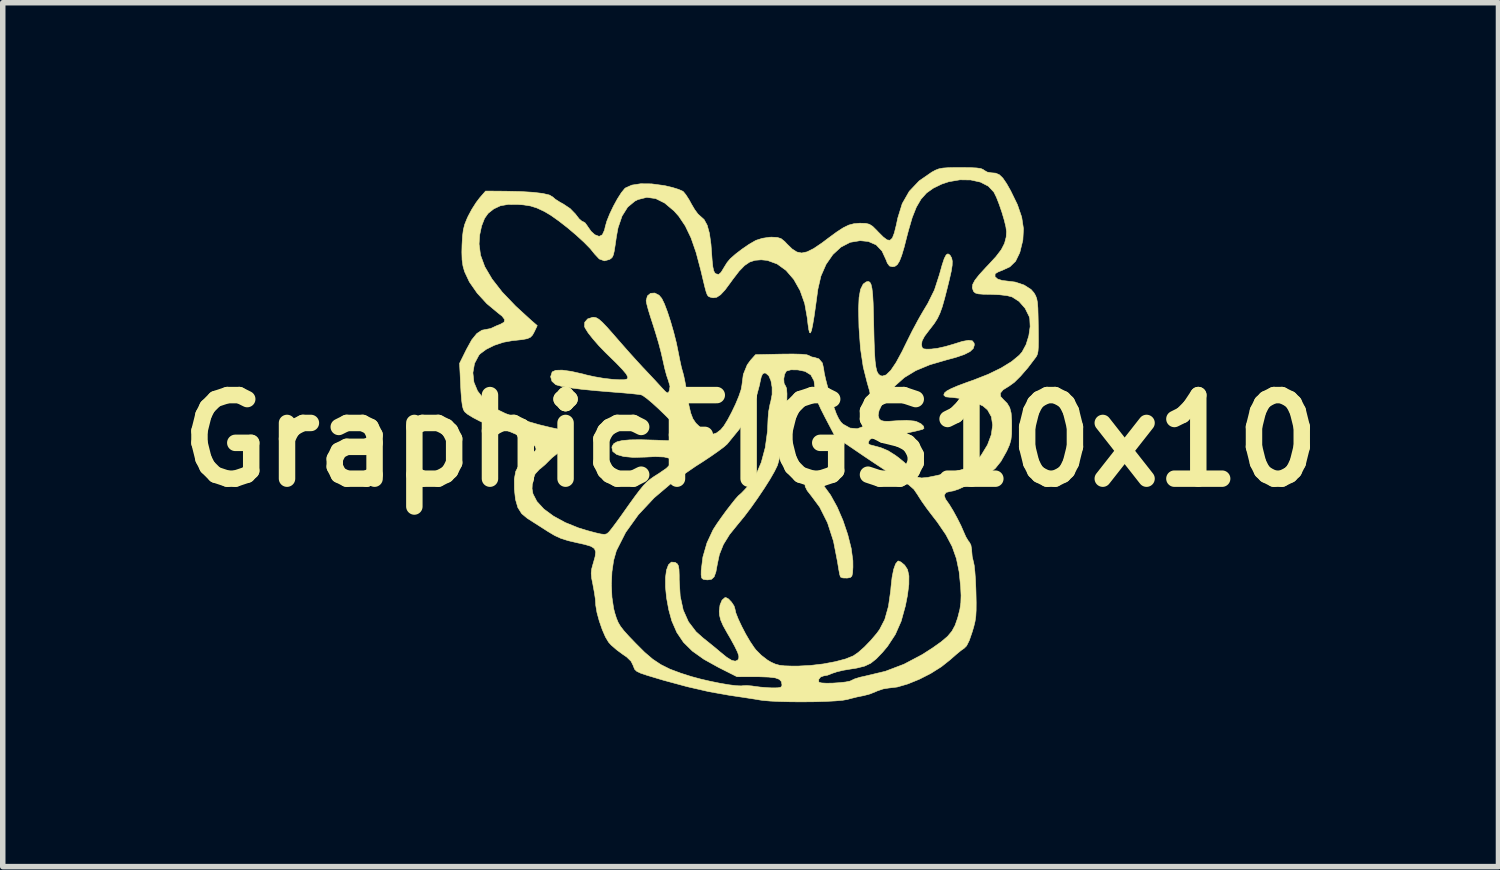
<source format=kicad_pcb>
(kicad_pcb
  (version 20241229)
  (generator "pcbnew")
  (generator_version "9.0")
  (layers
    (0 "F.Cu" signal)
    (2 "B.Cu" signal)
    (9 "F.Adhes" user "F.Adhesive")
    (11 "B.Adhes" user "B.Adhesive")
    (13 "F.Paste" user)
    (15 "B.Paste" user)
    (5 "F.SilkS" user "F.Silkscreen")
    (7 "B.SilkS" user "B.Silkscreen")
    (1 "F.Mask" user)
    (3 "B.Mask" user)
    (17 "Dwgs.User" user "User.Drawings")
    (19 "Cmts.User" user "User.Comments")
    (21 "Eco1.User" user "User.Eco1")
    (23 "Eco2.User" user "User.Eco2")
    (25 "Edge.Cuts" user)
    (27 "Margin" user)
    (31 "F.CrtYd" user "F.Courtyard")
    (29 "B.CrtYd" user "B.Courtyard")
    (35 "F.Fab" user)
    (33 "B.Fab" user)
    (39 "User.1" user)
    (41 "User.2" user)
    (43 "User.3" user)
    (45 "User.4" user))
  (footprint "GraphicFIGS10x10"
    (layer "F.Cu")
    (at 10.639 4.99)
    (property "Reference" "GraphicFIGS10x10" (at 0 0 0) (layer "F.SilkS") (effects (font (size 1.524 1.524) (thickness 0.3))))
    (attr through_hole)
    (fp_poly (pts (xy 1.161 0.675) (xy 1.218 0.702) (xy 1.285 0.764) (xy 1.332 0.816) (xy 1.458 0.989) (xy 1.578 1.206) (xy 1.684 1.451) (xy 1.771 1.708) (xy 1.834 1.958) (xy 1.865 2.186) (xy 1.866 2.302) (xy 1.86 2.407) (xy 1.847 2.465) (xy 1.82 2.491) (xy 1.77 2.501) (xy 1.757 2.502) (xy 1.682 2.5) (xy 1.639 2.483) (xy 1.639 2.482) (xy 1.625 2.438) (xy 1.608 2.349) (xy 1.589 2.233) (xy 1.587 2.218) (xy 1.512 1.831) (xy 1.403 1.494) (xy 1.26 1.209) (xy 1.112 1.009) (xy 1.033 0.908) (xy 0.995 0.832) (xy 0.99 0.771) (xy 1.009 0.706) (xy 1.06 0.679) (xy 1.099 0.673) (xy 1.161 0.675)) (stroke (width 0.01) (type solid)) (fill yes) (layer "F.SilkS"))
    (fp_poly (pts (xy 4.005 -4.983) (xy 4.123 -4.977) (xy 4.199 -4.966) (xy 4.242 -4.948) (xy 4.255 -4.937) (xy 4.314 -4.902) (xy 4.387 -4.889) (xy 4.47 -4.882) (xy 4.537 -4.853) (xy 4.6 -4.792) (xy 4.669 -4.691) (xy 4.741 -4.564) (xy 4.866 -4.308) (xy 4.944 -4.08) (xy 4.976 -3.869) (xy 4.965 -3.661) (xy 4.912 -3.445) (xy 4.905 -3.425) (xy 4.832 -3.275) (xy 4.728 -3.174) (xy 4.596 -3.113) (xy 4.515 -3.081) (xy 4.464 -3.05) (xy 4.459 -3.044) (xy 4.457 -2.994) (xy 4.505 -2.951) (xy 4.591 -2.924) (xy 4.647 -2.918) (xy 4.826 -2.896) (xy 4.987 -2.842) (xy 5.113 -2.762) (xy 5.166 -2.702) (xy 5.196 -2.651) (xy 5.217 -2.597) (xy 5.231 -2.524) (xy 5.239 -2.422) (xy 5.243 -2.275) (xy 5.245 -2.178) (xy 5.248 -1.973) (xy 5.249 -1.821) (xy 5.247 -1.713) (xy 5.242 -1.639) (xy 5.233 -1.589) (xy 5.219 -1.553) (xy 5.199 -1.521) (xy 5.194 -1.515) (xy 5.056 -1.333) (xy 4.924 -1.181) (xy 4.809 -1.067) (xy 4.716 -1) (xy 4.605 -0.931) (xy 4.554 -0.869) (xy 4.559 -0.809) (xy 4.609 -0.754) (xy 4.679 -0.684) (xy 4.725 -0.607) (xy 4.751 -0.508) (xy 4.761 -0.37) (xy 4.762 -0.271) (xy 4.76 -0.127) (xy 4.748 -0.021) (xy 4.722 0.071) (xy 4.677 0.173) (xy 4.664 0.199) (xy 4.565 0.374) (xy 4.462 0.502) (xy 4.341 0.599) (xy 4.239 0.655) (xy 4.117 0.716) (xy 3.979 0.788) (xy 3.907 0.827) (xy 3.799 0.878) (xy 3.699 0.912) (xy 3.644 0.921) (xy 3.564 0.941) (xy 3.531 0.993) (xy 3.554 1.062) (xy 3.562 1.073) (xy 3.62 1.155) (xy 3.693 1.274) (xy 3.768 1.411) (xy 3.836 1.546) (xy 3.884 1.656) (xy 3.926 1.751) (xy 3.969 1.823) (xy 3.986 1.843) (xy 4.017 1.898) (xy 4.032 1.985) (xy 4.032 2.002) (xy 4.041 2.109) (xy 4.063 2.204) (xy 4.065 2.21) (xy 4.078 2.273) (xy 4.09 2.385) (xy 4.101 2.532) (xy 4.108 2.7) (xy 4.11 2.76) (xy 4.114 2.948) (xy 4.113 3.089) (xy 4.107 3.198) (xy 4.093 3.293) (xy 4.07 3.389) (xy 4.041 3.486) (xy 3.988 3.64) (xy 3.939 3.738) (xy 3.893 3.784) (xy 3.838 3.822) (xy 3.754 3.891) (xy 3.657 3.976) (xy 3.64 3.991) (xy 3.478 4.12) (xy 3.284 4.242) (xy 3.076 4.348) (xy 2.867 4.433) (xy 2.675 4.489) (xy 2.517 4.508) (xy 2.417 4.524) (xy 2.309 4.561) (xy 2.292 4.569) (xy 2.179 4.615) (xy 2.06 4.647) (xy 2.048 4.649) (xy 1.938 4.671) (xy 1.811 4.703) (xy 1.765 4.716) (xy 1.679 4.731) (xy 1.542 4.743) (xy 1.367 4.752) (xy 1.167 4.758) (xy 0.954 4.76) (xy 0.74 4.759) (xy 0.54 4.754) (xy 0.364 4.746) (xy 0.226 4.734) (xy 0.175 4.727) (xy 0.082 4.711) (xy -0.055 4.69) (xy -0.22 4.665) (xy -0.394 4.639) (xy -0.411 4.636) (xy -0.76 4.574) (xy -1.156 4.483) (xy -1.592 4.365) (xy -1.889 4.276) (xy -2.005 4.237) (xy -2.075 4.204) (xy -2.114 4.167) (xy -2.136 4.114) (xy -2.14 4.101) (xy -2.18 4.02) (xy -2.26 3.942) (xy -2.336 3.89) (xy -2.443 3.811) (xy -2.543 3.724) (xy -2.59 3.672) (xy -2.647 3.577) (xy -2.706 3.441) (xy -2.76 3.285) (xy -2.802 3.131) (xy -2.824 3.001) (xy -2.826 2.965) (xy -2.832 2.882) (xy -2.85 2.762) (xy -2.874 2.633) (xy -2.874 2.631) (xy -2.876 2.62) (xy -2.539 2.62) (xy -2.529 2.85) (xy -2.498 3.058) (xy -2.478 3.137) (xy -2.448 3.232) (xy -2.416 3.31) (xy -2.373 3.383) (xy -2.311 3.463) (xy -2.221 3.563) (xy -2.097 3.692) (xy -1.933 3.856) (xy -1.785 3.982) (xy -1.636 4.081) (xy -1.472 4.163) (xy -1.274 4.237) (xy -1.079 4.299) (xy -0.916 4.343) (xy -0.739 4.384) (xy -0.562 4.42) (xy -0.399 4.448) (xy -0.264 4.465) (xy -0.17 4.469) (xy -0.147 4.466) (xy -0.074 4.462) (xy 0.027 4.47) (xy 0.064 4.476) (xy 0.181 4.491) (xy 0.321 4.502) (xy 0.389 4.505) (xy 0.493 4.504) (xy 0.548 4.494) (xy 0.569 4.471) (xy 0.572 4.449) (xy 0.561 4.39) (xy 0.523 4.349) (xy 0.449 4.322) (xy 0.331 4.308) (xy 0.16 4.302) (xy 0.109 4.302) (xy -0.249 4.301) (xy -0.586 4.131) (xy -0.851 3.984) (xy -1.062 3.834) (xy -1.224 3.674) (xy -1.346 3.493) (xy -1.437 3.284) (xy -1.493 3.08) (xy -1.533 2.862) (xy -1.552 2.665) (xy -1.552 2.494) (xy -1.534 2.357) (xy -1.498 2.26) (xy -1.445 2.211) (xy -1.377 2.216) (xy -1.369 2.221) (xy -1.336 2.244) (xy -1.316 2.281) (xy -1.306 2.346) (xy -1.302 2.452) (xy -1.302 2.534) (xy -1.284 2.833) (xy -1.229 3.086) (xy -1.134 3.299) (xy -0.996 3.48) (xy -0.872 3.591) (xy -0.757 3.683) (xy -0.639 3.779) (xy -0.561 3.845) (xy -0.437 3.946) (xy -0.347 4.002) (xy -0.281 4.018) (xy -0.237 4) (xy -0.216 3.969) (xy -0.215 3.922) (xy -0.239 3.851) (xy -0.289 3.748) (xy -0.368 3.603) (xy -0.425 3.506) (xy -0.501 3.37) (xy -0.546 3.266) (xy -0.567 3.178) (xy -0.572 3.106) (xy -0.558 2.993) (xy -0.521 2.905) (xy -0.47 2.86) (xy -0.452 2.857) (xy -0.404 2.882) (xy -0.348 2.941) (xy -0.302 3.011) (xy -0.286 3.063) (xy -0.27 3.136) (xy -0.226 3.248) (xy -0.163 3.382) (xy -0.089 3.524) (xy -0.01 3.659) (xy 0.066 3.772) (xy 0.098 3.813) (xy 0.195 3.911) (xy 0.308 3.998) (xy 0.374 4.037) (xy 0.45 4.071) (xy 0.526 4.092) (xy 0.618 4.103) (xy 0.743 4.107) (xy 0.873 4.107) (xy 1.098 4.095) (xy 1.328 4.068) (xy 1.546 4.027) (xy 1.734 3.977) (xy 1.873 3.921) (xy 1.963 3.859) (xy 2.075 3.76) (xy 2.192 3.639) (xy 2.3 3.512) (xy 2.352 3.441) (xy 2.447 3.257) (xy 2.514 3.018) (xy 2.556 2.722) (xy 2.56 2.667) (xy 2.58 2.488) (xy 2.609 2.343) (xy 2.645 2.243) (xy 2.685 2.194) (xy 2.699 2.191) (xy 2.743 2.211) (xy 2.804 2.262) (xy 2.811 2.269) (xy 2.862 2.348) (xy 2.887 2.462) (xy 2.886 2.617) (xy 2.86 2.82) (xy 2.823 3.009) (xy 2.745 3.291) (xy 2.639 3.531) (xy 2.496 3.749) (xy 2.407 3.855) (xy 2.292 3.975) (xy 2.19 4.056) (xy 2.079 4.108) (xy 1.939 4.143) (xy 1.82 4.162) (xy 1.689 4.184) (xy 1.572 4.212) (xy 1.493 4.238) (xy 1.487 4.241) (xy 1.402 4.274) (xy 1.334 4.286) (xy 1.277 4.306) (xy 1.242 4.351) (xy 1.244 4.398) (xy 1.249 4.403) (xy 1.294 4.415) (xy 1.384 4.42) (xy 1.499 4.418) (xy 1.621 4.41) (xy 1.732 4.398) (xy 1.812 4.382) (xy 1.84 4.369) (xy 1.896 4.342) (xy 1.992 4.312) (xy 2.095 4.289) (xy 2.459 4.202) (xy 2.798 4.073) (xy 3.131 3.897) (xy 3.318 3.777) (xy 3.477 3.664) (xy 3.591 3.567) (xy 3.671 3.472) (xy 3.729 3.365) (xy 3.775 3.233) (xy 3.783 3.204) (xy 3.817 3.07) (xy 3.834 2.95) (xy 3.838 2.818) (xy 3.831 2.667) (xy 3.803 2.388) (xy 3.753 2.146) (xy 3.675 1.926) (xy 3.561 1.71) (xy 3.406 1.483) (xy 3.304 1.351) (xy 3.212 1.23) (xy 3.125 1.107) (xy 3.059 1.005) (xy 3.048 0.986) (xy 2.978 0.884) (xy 2.883 0.801) (xy 2.778 0.736) (xy 2.691 0.685) (xy 2.564 0.605) (xy 2.408 0.505) (xy 2.237 0.392) (xy 2.064 0.276) (xy 1.541 -0.08) (xy 1.358 -0.429) (xy 1.278 -0.587) (xy 1.225 -0.705) (xy 1.193 -0.797) (xy 1.179 -0.878) (xy 1.176 -0.943) (xy 1.156 -1.096) (xy 1.098 -1.203) (xy 0.994 -1.267) (xy 0.863 -1.294) (xy 0.735 -1.296) (xy 0.656 -1.274) (xy 0.651 -1.27) (xy 0.619 -1.213) (xy 0.605 -1.131) (xy 0.61 -1.05) (xy 0.637 -0.999) (xy 0.639 -0.998) (xy 0.656 -0.955) (xy 0.663 -0.86) (xy 0.661 -0.724) (xy 0.651 -0.559) (xy 0.634 -0.376) (xy 0.612 -0.185) (xy 0.586 0.003) (xy 0.556 0.177) (xy 0.524 0.326) (xy 0.492 0.438) (xy 0.487 0.452) (xy 0.435 0.558) (xy 0.353 0.701) (xy 0.248 0.867) (xy 0.129 1.044) (xy 0.006 1.218) (xy -0.114 1.377) (xy -0.221 1.507) (xy -0.222 1.508) (xy -0.384 1.708) (xy -0.497 1.891) (xy -0.57 2.074) (xy -0.607 2.249) (xy -0.633 2.391) (xy -0.665 2.479) (xy -0.712 2.524) (xy -0.779 2.535) (xy -0.807 2.534) (xy -0.865 2.525) (xy -0.893 2.5) (xy -0.902 2.444) (xy -0.901 2.365) (xy -0.87 2.117) (xy -0.796 1.861) (xy -0.687 1.627) (xy -0.676 1.608) (xy -0.614 1.512) (xy -0.534 1.398) (xy -0.446 1.277) (xy -0.358 1.163) (xy -0.281 1.066) (xy -0.223 1.001) (xy -0.196 0.978) (xy -0.166 0.951) (xy -0.106 0.889) (xy -0.03 0.805) (xy -0.026 0.801) (xy 0.097 0.621) (xy 0.195 0.392) (xy 0.267 0.123) (xy 0.308 -0.176) (xy 0.318 -0.407) (xy 0.328 -0.531) (xy 0.354 -0.668) (xy 0.367 -0.714) (xy 0.392 -0.845) (xy 0.392 -0.977) (xy 0.371 -1.096) (xy 0.332 -1.187) (xy 0.277 -1.234) (xy 0.254 -1.238) (xy 0.221 -1.223) (xy 0.195 -1.17) (xy 0.172 -1.069) (xy 0.165 -1.029) (xy 0.094 -0.764) (xy -0.033 -0.487) (xy -0.208 -0.21) (xy -0.427 0.058) (xy -0.427 0.058) (xy -0.486 0.11) (xy -0.588 0.186) (xy -0.722 0.28) (xy -0.877 0.383) (xy -1.006 0.465) (xy -1.411 0.744) (xy -1.759 1.039) (xy -2.048 1.348) (xy -2.279 1.67) (xy -2.448 2.003) (xy -2.449 2.006) (xy -2.498 2.178) (xy -2.529 2.389) (xy -2.539 2.62) (xy -2.876 2.62) (xy -2.899 2.505) (xy -2.907 2.415) (xy -2.899 2.338) (xy -2.875 2.249) (xy -2.871 2.237) (xy -2.836 2.112) (xy -2.825 2.025) (xy -2.848 1.965) (xy -2.912 1.923) (xy -3.025 1.889) (xy -3.161 1.859) (xy -3.328 1.82) (xy -3.458 1.779) (xy -3.574 1.726) (xy -3.703 1.649) (xy -3.726 1.634) (xy -3.849 1.555) (xy -3.964 1.482) (xy -4.051 1.426) (xy -4.072 1.413) (xy -4.175 1.327) (xy -4.245 1.216) (xy -4.288 1.067) (xy -4.308 0.88) (xy -4.309 0.696) (xy -4.283 0.556) (xy -4.225 0.445) (xy -4.127 0.347) (xy -4.064 0.301) (xy -3.982 0.236) (xy -3.926 0.178) (xy -3.911 0.151) (xy -3.929 0.102) (xy -3.983 0.041) (xy -4.007 0.021) (xy -4.097 -0.034) (xy -4.229 -0.099) (xy -4.381 -0.164) (xy -4.534 -0.222) (xy -4.667 -0.262) (xy -4.699 -0.27) (xy -4.806 -0.303) (xy -4.933 -0.357) (xy -5.058 -0.422) (xy -5.161 -0.485) (xy -5.213 -0.529) (xy -5.238 -0.57) (xy -5.256 -0.636) (xy -5.27 -0.739) (xy -5.282 -0.89) (xy -5.288 -1.001) (xy -5.299 -1.242) (xy -5.065 -1.242) (xy -5.046 -1.069) (xy -4.98 -0.91) (xy -4.906 -0.816) (xy -4.816 -0.73) (xy -4.725 -0.646) (xy -4.708 -0.63) (xy -4.616 -0.569) (xy -4.473 -0.5) (xy -4.291 -0.429) (xy -4.081 -0.359) (xy -3.856 -0.294) (xy -3.627 -0.239) (xy -3.545 -0.222) (xy -3.386 -0.176) (xy -3.285 -0.117) (xy -3.243 -0.047) (xy -3.262 0.03) (xy -3.341 0.111) (xy -3.407 0.153) (xy -3.518 0.225) (xy -3.621 0.307) (xy -3.669 0.354) (xy -3.75 0.435) (xy -3.831 0.504) (xy -3.849 0.516) (xy -3.93 0.604) (xy -3.978 0.729) (xy -3.986 0.873) (xy -3.969 0.967) (xy -3.897 1.106) (xy -3.771 1.243) (xy -3.596 1.372) (xy -3.382 1.489) (xy -3.137 1.588) (xy -2.973 1.638) (xy -2.827 1.677) (xy -2.729 1.699) (xy -2.666 1.706) (xy -2.624 1.696) (xy -2.592 1.67) (xy -2.568 1.643) (xy -2.521 1.584) (xy -2.451 1.49) (xy -2.371 1.38) (xy -2.349 1.349) (xy -2.214 1.158) (xy -2.107 1.01) (xy -2.023 0.899) (xy -1.955 0.816) (xy -1.894 0.753) (xy -1.834 0.702) (xy -1.768 0.655) (xy -1.689 0.605) (xy -1.682 0.601) (xy -1.539 0.503) (xy -1.458 0.423) (xy -1.437 0.362) (xy -1.477 0.319) (xy -1.577 0.294) (xy -1.739 0.287) (xy -1.917 0.296) (xy -2.138 0.302) (xy -2.313 0.286) (xy -2.439 0.25) (xy -2.513 0.194) (xy -2.53 0.121) (xy -2.525 0.099) (xy -2.496 0.052) (xy -2.436 0.017) (xy -2.34 -0.006) (xy -2.202 -0.018) (xy -2.015 -0.021) (xy -1.772 -0.014) (xy -1.73 -0.013) (xy -1.534 -0.005) (xy -1.391 -0.002) (xy -1.295 -0.003) (xy -1.235 -0.01) (xy -1.203 -0.022) (xy -1.19 -0.038) (xy -1.205 -0.077) (xy -1.258 -0.149) (xy -1.342 -0.245) (xy -1.446 -0.356) (xy -1.562 -0.473) (xy -1.681 -0.588) (xy -1.794 -0.691) (xy -1.892 -0.773) (xy -1.966 -0.826) (xy -1.997 -0.84) (xy -2.059 -0.849) (xy -2.17 -0.861) (xy -2.314 -0.874) (xy -2.476 -0.887) (xy -2.492 -0.888) (xy -2.809 -0.914) (xy -3.076 -0.94) (xy -3.289 -0.967) (xy -3.446 -0.994) (xy -3.543 -1.021) (xy -3.554 -1.025) (xy -3.623 -1.087) (xy -3.647 -1.17) (xy -3.621 -1.252) (xy -3.616 -1.259) (xy -3.553 -1.287) (xy -3.437 -1.29) (xy -3.271 -1.267) (xy -3.061 -1.22) (xy -3 -1.203) (xy -2.852 -1.17) (xy -2.678 -1.14) (xy -2.521 -1.122) (xy -2.393 -1.114) (xy -2.303 -1.115) (xy -2.251 -1.129) (xy -2.239 -1.162) (xy -2.267 -1.218) (xy -2.338 -1.302) (xy -2.451 -1.42) (xy -2.61 -1.575) (xy -2.647 -1.611) (xy -2.766 -1.734) (xy -2.874 -1.858) (xy -2.962 -1.969) (xy -3.017 -2.057) (xy -3.029 -2.084) (xy -3.025 -2.163) (xy -2.972 -2.224) (xy -2.882 -2.253) (xy -2.86 -2.254) (xy -2.817 -2.246) (xy -2.768 -2.218) (xy -2.704 -2.162) (xy -2.618 -2.072) (xy -2.501 -1.94) (xy -2.478 -1.913) (xy -2.346 -1.762) (xy -2.204 -1.601) (xy -2.069 -1.452) (xy -1.958 -1.331) (xy -1.957 -1.331) (xy -1.848 -1.215) (xy -1.741 -1.101) (xy -1.654 -1.006) (xy -1.621 -0.97) (xy -1.556 -0.901) (xy -1.519 -0.874) (xy -1.497 -0.885) (xy -1.481 -0.917) (xy -1.47 -0.996) (xy -1.501 -1.103) (xy -1.532 -1.193) (xy -1.566 -1.32) (xy -1.597 -1.459) (xy -1.601 -1.476) (xy -1.632 -1.612) (xy -1.677 -1.783) (xy -1.732 -1.967) (xy -1.777 -2.11) (xy -1.826 -2.261) (xy -1.867 -2.394) (xy -1.894 -2.497) (xy -1.905 -2.554) (xy -1.905 -2.556) (xy -1.882 -2.643) (xy -1.824 -2.691) (xy -1.748 -2.696) (xy -1.67 -2.656) (xy -1.62 -2.597) (xy -1.572 -2.498) (xy -1.517 -2.353) (xy -1.459 -2.175) (xy -1.403 -1.981) (xy -1.354 -1.787) (xy -1.318 -1.61) (xy -1.291 -1.474) (xy -1.265 -1.353) (xy -1.242 -1.267) (xy -1.236 -1.249) (xy -1.219 -1.184) (xy -1.196 -1.073) (xy -1.171 -0.934) (xy -1.155 -0.83) (xy -1.124 -0.643) (xy -1.092 -0.506) (xy -1.053 -0.404) (xy -0.999 -0.324) (xy -0.924 -0.252) (xy -0.871 -0.21) (xy -0.77 -0.142) (xy -0.693 -0.12) (xy -0.621 -0.144) (xy -0.544 -0.203) (xy -0.487 -0.272) (xy -0.418 -0.384) (xy -0.345 -0.522) (xy -0.274 -0.67) (xy -0.215 -0.812) (xy -0.174 -0.932) (xy -0.159 -1.013) (xy -0.133 -1.212) (xy -0.062 -1.386) (xy -0.001 -1.47) (xy 0.09 -1.572) (xy 0.557 -1.582) (xy 0.77 -1.584) (xy 0.926 -1.58) (xy 1.024 -1.57) (xy 1.058 -1.558) (xy 1.117 -1.529) (xy 1.155 -1.524) (xy 1.245 -1.496) (xy 1.309 -1.42) (xy 1.333 -1.311) (xy 1.333 -1.308) (xy 1.343 -1.237) (xy 1.369 -1.12) (xy 1.407 -0.974) (xy 1.454 -0.814) (xy 1.461 -0.792) (xy 1.519 -0.615) (xy 1.565 -0.489) (xy 1.607 -0.402) (xy 1.648 -0.341) (xy 1.686 -0.304) (xy 1.812 -0.234) (xy 1.944 -0.221) (xy 2.07 -0.267) (xy 2.13 -0.315) (xy 2.185 -0.38) (xy 2.213 -0.447) (xy 2.222 -0.542) (xy 2.223 -0.585) (xy 2.209 -0.729) (xy 2.169 -0.912) (xy 2.125 -1.066) (xy 2.054 -1.348) (xy 2.004 -1.682) (xy 1.976 -2.072) (xy 1.969 -2.407) (xy 1.978 -2.614) (xy 2.005 -2.763) (xy 2.053 -2.859) (xy 2.108 -2.899) (xy 2.145 -2.907) (xy 2.174 -2.894) (xy 2.196 -2.854) (xy 2.213 -2.781) (xy 2.226 -2.669) (xy 2.235 -2.511) (xy 2.241 -2.301) (xy 2.246 -2.086) (xy 2.252 -1.823) (xy 2.26 -1.616) (xy 2.27 -1.459) (xy 2.285 -1.345) (xy 2.304 -1.267) (xy 2.331 -1.218) (xy 2.364 -1.191) (xy 2.401 -1.181) (xy 2.472 -1.203) (xy 2.557 -1.286) (xy 2.654 -1.43) (xy 2.765 -1.635) (xy 2.788 -1.683) (xy 2.851 -1.811) (xy 2.908 -1.926) (xy 2.95 -2.01) (xy 2.962 -2.032) (xy 3.011 -2.123) (xy 3.051 -2.198) (xy 3.089 -2.266) (xy 3.149 -2.369) (xy 3.218 -2.484) (xy 3.23 -2.503) (xy 3.353 -2.752) (xy 3.444 -3.033) (xy 3.493 -3.208) (xy 3.532 -3.326) (xy 3.567 -3.392) (xy 3.599 -3.411) (xy 3.633 -3.39) (xy 3.642 -3.378) (xy 3.667 -3.334) (xy 3.678 -3.278) (xy 3.676 -3.202) (xy 3.659 -3.093) (xy 3.625 -2.943) (xy 3.588 -2.792) (xy 3.537 -2.593) (xy 3.494 -2.442) (xy 3.452 -2.326) (xy 3.407 -2.231) (xy 3.352 -2.144) (xy 3.281 -2.051) (xy 3.257 -2.021) (xy 3.171 -1.907) (xy 3.127 -1.823) (xy 3.117 -1.756) (xy 3.118 -1.752) (xy 3.127 -1.703) (xy 3.154 -1.678) (xy 3.213 -1.672) (xy 3.294 -1.674) (xy 3.408 -1.688) (xy 3.551 -1.72) (xy 3.693 -1.761) (xy 3.699 -1.763) (xy 3.862 -1.814) (xy 3.974 -1.834) (xy 4.044 -1.824) (xy 4.076 -1.783) (xy 4.08 -1.748) (xy 4.061 -1.685) (xy 4.001 -1.628) (xy 3.894 -1.574) (xy 3.734 -1.52) (xy 3.577 -1.478) (xy 3.268 -1.388) (xy 3.013 -1.282) (xy 2.804 -1.155) (xy 2.632 -1.002) (xy 2.492 -0.822) (xy 2.397 -0.668) (xy 2.342 -0.552) (xy 2.326 -0.466) (xy 2.344 -0.404) (xy 2.352 -0.394) (xy 2.383 -0.37) (xy 2.436 -0.358) (xy 2.524 -0.357) (xy 2.654 -0.366) (xy 2.845 -0.374) (xy 2.986 -0.361) (xy 3.026 -0.351) (xy 3.105 -0.313) (xy 3.153 -0.268) (xy 3.162 -0.228) (xy 3.135 -0.209) (xy 3.011 -0.178) (xy 2.86 -0.145) (xy 2.698 -0.114) (xy 2.544 -0.087) (xy 2.417 -0.07) (xy 2.337 -0.064) (xy 2.237 -0.056) (xy 2.18 -0.029) (xy 2.159 -0.001) (xy 2.144 0.046) (xy 2.174 0.071) (xy 2.214 0.081) (xy 2.374 0.124) (xy 2.505 0.179) (xy 2.636 0.261) (xy 2.7 0.308) (xy 2.801 0.391) (xy 2.886 0.474) (xy 2.937 0.54) (xy 2.938 0.542) (xy 2.985 0.617) (xy 3.04 0.661) (xy 3.116 0.677) (xy 3.226 0.667) (xy 3.383 0.635) (xy 3.388 0.634) (xy 3.534 0.6) (xy 3.675 0.567) (xy 3.787 0.542) (xy 3.81 0.537) (xy 3.944 0.497) (xy 4.047 0.437) (xy 4.142 0.343) (xy 4.206 0.261) (xy 4.321 0.072) (xy 4.39 -0.113) (xy 4.414 -0.287) (xy 4.391 -0.44) (xy 4.321 -0.565) (xy 4.239 -0.635) (xy 4.124 -0.689) (xy 3.973 -0.738) (xy 3.813 -0.775) (xy 3.67 -0.793) (xy 3.645 -0.794) (xy 3.558 -0.803) (xy 3.525 -0.832) (xy 3.524 -0.841) (xy 3.536 -0.874) (xy 3.578 -0.91) (xy 3.655 -0.951) (xy 3.776 -1.003) (xy 3.947 -1.067) (xy 4.064 -1.108) (xy 4.334 -1.214) (xy 4.568 -1.328) (xy 4.76 -1.446) (xy 4.9 -1.562) (xy 4.951 -1.621) (xy 5.024 -1.756) (xy 5.074 -1.918) (xy 5.098 -2.084) (xy 5.091 -2.229) (xy 5.08 -2.269) (xy 5.006 -2.418) (xy 4.895 -2.544) (xy 4.769 -2.625) (xy 4.676 -2.649) (xy 4.537 -2.665) (xy 4.378 -2.672) (xy 4.24 -2.674) (xy 4.152 -2.681) (xy 4.1 -2.696) (xy 4.071 -2.72) (xy 4.062 -2.735) (xy 4.043 -2.792) (xy 4.051 -2.854) (xy 4.091 -2.93) (xy 4.168 -3.028) (xy 4.286 -3.157) (xy 4.334 -3.207) (xy 4.475 -3.36) (xy 4.572 -3.487) (xy 4.631 -3.602) (xy 4.661 -3.717) (xy 4.667 -3.816) (xy 4.656 -3.901) (xy 4.626 -4.025) (xy 4.583 -4.169) (xy 4.533 -4.315) (xy 4.483 -4.443) (xy 4.438 -4.534) (xy 4.437 -4.536) (xy 4.336 -4.644) (xy 4.191 -4.719) (xy 4.015 -4.758) (xy 3.818 -4.761) (xy 3.614 -4.726) (xy 3.485 -4.683) (xy 3.333 -4.609) (xy 3.209 -4.521) (xy 3.107 -4.407) (xy 3.022 -4.261) (xy 2.947 -4.072) (xy 2.877 -3.831) (xy 2.852 -3.736) (xy 2.8 -3.531) (xy 2.755 -3.381) (xy 2.715 -3.278) (xy 2.675 -3.214) (xy 2.632 -3.183) (xy 2.589 -3.175) (xy 2.533 -3.189) (xy 2.493 -3.243) (xy 2.474 -3.294) (xy 2.397 -3.461) (xy 2.29 -3.574) (xy 2.147 -3.636) (xy 1.998 -3.651) (xy 1.816 -3.621) (xy 1.648 -3.534) (xy 1.5 -3.398) (xy 1.376 -3.219) (xy 1.282 -3.005) (xy 1.226 -2.762) (xy 1.224 -2.745) (xy 1.187 -2.473) (xy 1.157 -2.262) (xy 1.131 -2.109) (xy 1.11 -2.012) (xy 1.091 -1.968) (xy 1.075 -1.974) (xy 1.061 -2.029) (xy 1.046 -2.129) (xy 1.034 -2.238) (xy 0.987 -2.503) (xy 0.903 -2.74) (xy 0.788 -2.944) (xy 0.647 -3.108) (xy 0.484 -3.226) (xy 0.306 -3.291) (xy 0.193 -3.302) (xy 0.08 -3.293) (xy -0.017 -3.261) (xy -0.11 -3.198) (xy -0.209 -3.096) (xy -0.323 -2.948) (xy -0.364 -2.891) (xy -0.466 -2.753) (xy -0.548 -2.665) (xy -0.618 -2.619) (xy -0.684 -2.609) (xy -0.729 -2.619) (xy -0.755 -2.628) (xy -0.775 -2.641) (xy -0.793 -2.669) (xy -0.812 -2.721) (xy -0.835 -2.806) (xy -0.866 -2.934) (xy -0.908 -3.111) (xy -0.994 -3.435) (xy -1.087 -3.703) (xy -1.192 -3.921) (xy -1.311 -4.098) (xy -1.395 -4.192) (xy -1.567 -4.337) (xy -1.732 -4.419) (xy -1.893 -4.441) (xy -2.053 -4.401) (xy -2.111 -4.372) (xy -2.242 -4.263) (xy -2.345 -4.099) (xy -2.418 -3.885) (xy -2.447 -3.727) (xy -2.47 -3.569) (xy -2.487 -3.461) (xy -2.503 -3.393) (xy -2.52 -3.353) (xy -2.544 -3.328) (xy -2.571 -3.309) (xy -2.666 -3.283) (xy -2.76 -3.317) (xy -2.846 -3.409) (xy -2.848 -3.412) (xy -2.924 -3.506) (xy -3.039 -3.623) (xy -3.182 -3.754) (xy -3.338 -3.886) (xy -3.496 -4.009) (xy -3.641 -4.112) (xy -3.76 -4.183) (xy -3.897 -4.247) (xy -4.014 -4.284) (xy -4.144 -4.304) (xy -4.241 -4.311) (xy -4.423 -4.312) (xy -4.564 -4.287) (xy -4.683 -4.231) (xy -4.787 -4.149) (xy -4.852 -4.057) (xy -4.906 -3.919) (xy -4.941 -3.756) (xy -4.952 -3.59) (xy -4.926 -3.388) (xy -4.848 -3.176) (xy -4.716 -2.952) (xy -4.53 -2.713) (xy -4.286 -2.458) (xy -4.001 -2.197) (xy -3.891 -2.102) (xy -3.945 -1.988) (xy -3.977 -1.93) (xy -4.015 -1.89) (xy -4.072 -1.864) (xy -4.163 -1.847) (xy -4.3 -1.832) (xy -4.343 -1.828) (xy -4.508 -1.798) (xy -4.674 -1.743) (xy -4.821 -1.67) (xy -4.932 -1.588) (xy -4.956 -1.561) (xy -5.035 -1.412) (xy -5.065 -1.242) (xy -5.299 -1.242) (xy -5.308 -1.413) (xy -5.182 -1.668) (xy -5.086 -1.842) (xy -4.993 -1.957) (xy -4.9 -2.018) (xy -4.827 -2.032) (xy -4.743 -2.048) (xy -4.707 -2.064) (xy -4.635 -2.098) (xy -4.564 -2.126) (xy -4.496 -2.164) (xy -4.485 -2.212) (xy -4.532 -2.274) (xy -4.609 -2.335) (xy -4.81 -2.502) (xy -4.987 -2.695) (xy -5.129 -2.899) (xy -5.217 -3.087) (xy -5.246 -3.191) (xy -5.262 -3.302) (xy -5.266 -3.442) (xy -5.263 -3.572) (xy -5.254 -3.731) (xy -5.239 -3.849) (xy -5.214 -3.948) (xy -5.173 -4.05) (xy -5.152 -4.096) (xy -5.084 -4.223) (xy -5.005 -4.347) (xy -4.943 -4.429) (xy -4.833 -4.556) (xy -4.472 -4.553) (xy -4.195 -4.547) (xy -3.967 -4.533) (xy -3.791 -4.512) (xy -3.671 -4.484) (xy -3.611 -4.449) (xy -3.61 -4.449) (xy -3.561 -4.406) (xy -3.476 -4.352) (xy -3.417 -4.32) (xy -3.291 -4.236) (xy -3.192 -4.134) (xy -3.183 -4.121) (xy -3.126 -4.048) (xy -3.076 -4.005) (xy -3.06 -4) (xy -3.018 -3.975) (xy -2.972 -3.912) (xy -2.969 -3.906) (xy -2.909 -3.821) (xy -2.841 -3.759) (xy -2.762 -3.729) (xy -2.704 -3.758) (xy -2.664 -3.845) (xy -2.651 -3.905) (xy -2.622 -4.007) (xy -2.57 -4.137) (xy -2.503 -4.278) (xy -2.429 -4.413) (xy -2.357 -4.526) (xy -2.296 -4.601) (xy -2.283 -4.612) (xy -2.167 -4.664) (xy -2.005 -4.689) (xy -1.807 -4.687) (xy -1.584 -4.657) (xy -1.556 -4.652) (xy -1.425 -4.621) (xy -1.313 -4.586) (xy -1.24 -4.554) (xy -1.227 -4.545) (xy -1.181 -4.489) (xy -1.122 -4.397) (xy -1.079 -4.318) (xy -1.02 -4.218) (xy -0.961 -4.138) (xy -0.924 -4.104) (xy -0.849 -4.037) (xy -0.792 -3.933) (xy -0.751 -3.785) (xy -0.723 -3.585) (xy -0.713 -3.45) (xy -0.701 -3.286) (xy -0.689 -3.175) (xy -0.674 -3.105) (xy -0.655 -3.065) (xy -0.632 -3.046) (xy -0.582 -3.035) (xy -0.54 -3.072) (xy -0.525 -3.095) (xy -0.47 -3.186) (xy -0.428 -3.253) (xy -0.372 -3.32) (xy -0.276 -3.405) (xy -0.157 -3.496) (xy -0.032 -3.582) (xy 0.083 -3.649) (xy 0.101 -3.658) (xy 0.214 -3.694) (xy 0.348 -3.714) (xy 0.384 -3.715) (xy 0.486 -3.71) (xy 0.556 -3.688) (xy 0.621 -3.636) (xy 0.665 -3.589) (xy 0.758 -3.499) (xy 0.844 -3.444) (xy 0.931 -3.426) (xy 1.03 -3.447) (xy 1.15 -3.507) (xy 1.301 -3.609) (xy 1.415 -3.695) (xy 1.569 -3.808) (xy 1.689 -3.886) (xy 1.789 -3.935) (xy 1.883 -3.96) (xy 1.984 -3.969) (xy 2.008 -3.969) (xy 2.101 -3.966) (xy 2.166 -3.95) (xy 2.226 -3.912) (xy 2.3 -3.839) (xy 2.327 -3.81) (xy 2.419 -3.718) (xy 2.489 -3.665) (xy 2.542 -3.658) (xy 2.585 -3.698) (xy 2.621 -3.791) (xy 2.658 -3.94) (xy 2.684 -4.064) (xy 2.765 -4.326) (xy 2.893 -4.55) (xy 3.074 -4.741) (xy 3.305 -4.901) (xy 3.372 -4.937) (xy 3.434 -4.961) (xy 3.508 -4.975) (xy 3.607 -4.982) (xy 3.748 -4.985) (xy 3.833 -4.985) (xy 4.005 -4.983)) (stroke (width 0.01) (type solid)) (fill yes) (layer "F.SilkS")))
  (gr_rect
    (start -3 -3)
    (end 24.278 12.755)
    (stroke (width 0.1) (type default))
    (fill no)
    (layer "Edge.Cuts")))
</source>
